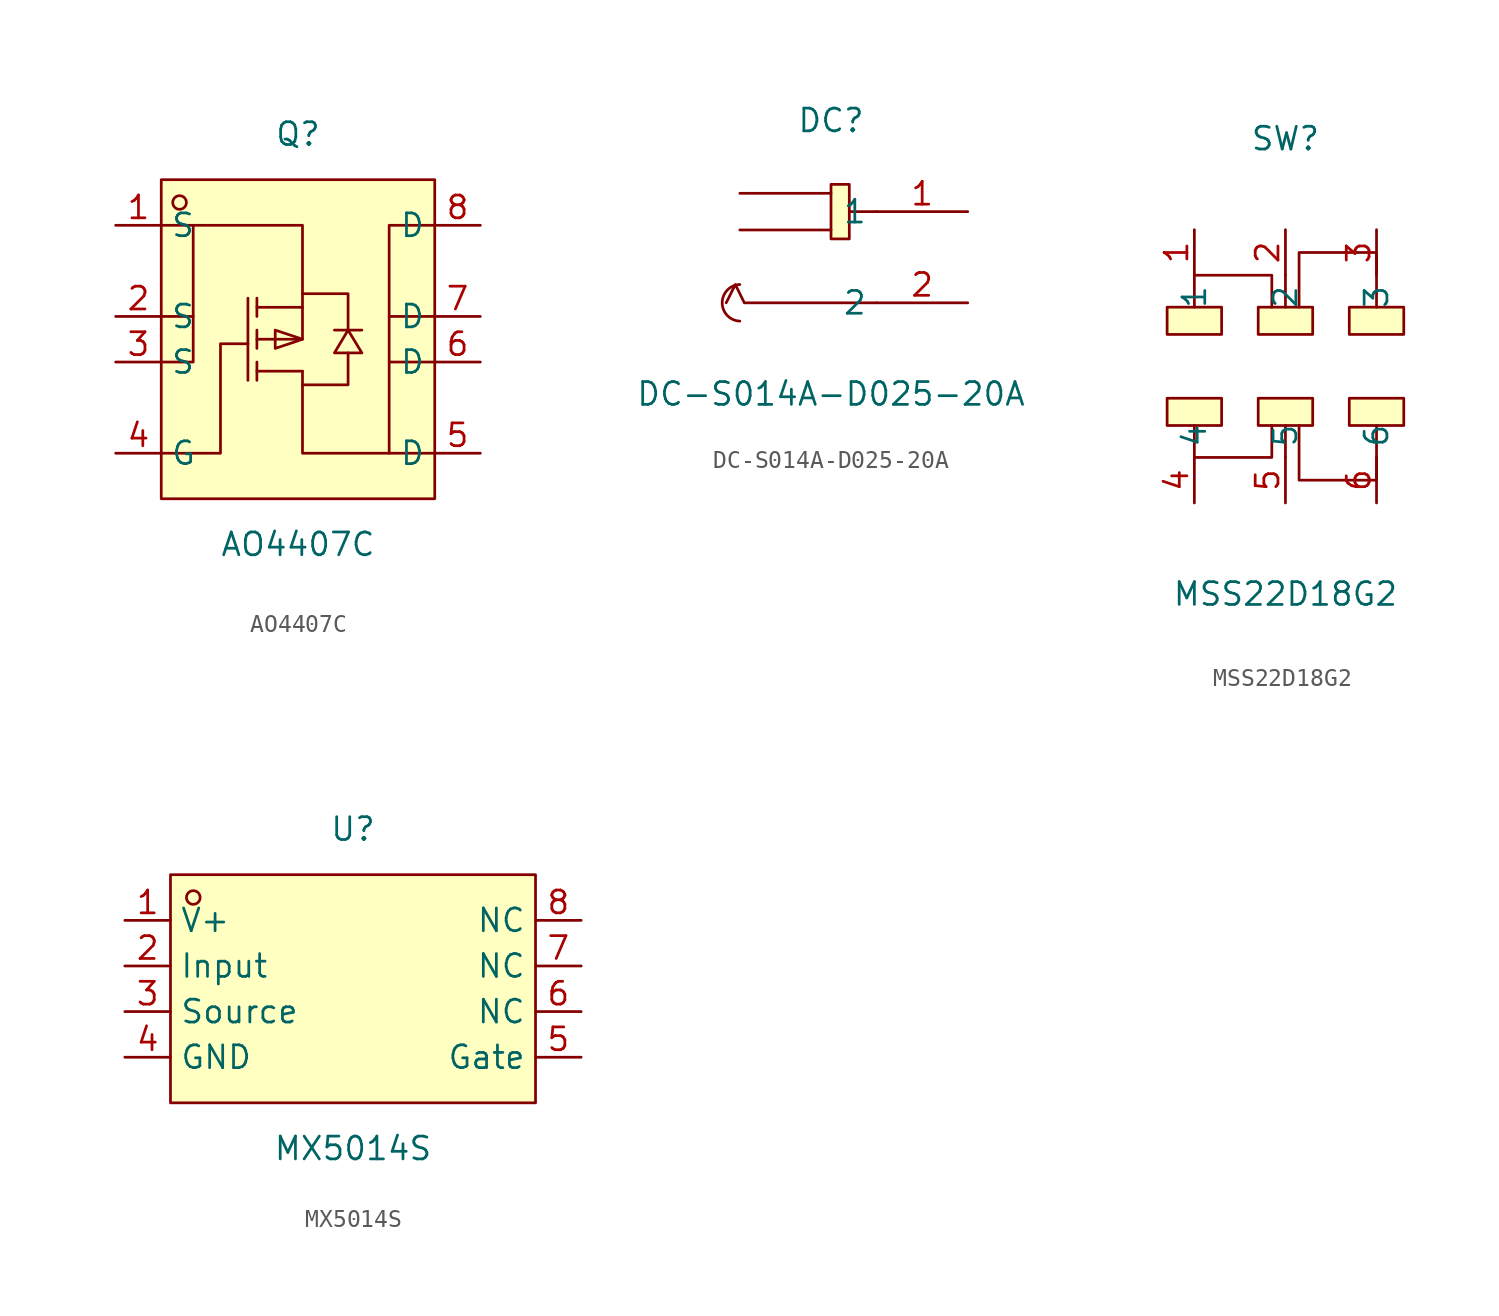
<source format=kicad_sym>
(kicad_symbol_lib
  (version 20211014)
  (generator https://github.com/uPesy/easyeda2kicad.py)
  (symbol "AO4407C"
    (property "Reference" "Q"
      (at 0 10.16 0)
      (effects (font (size 1.27 1.27))))
    (property "Value" "AO4407C"
      (at 0 -12.70 0)
      (effects (font (size 1.27 1.27))))
    (symbol "AO4407C_0_1"
      (rectangle (start -7.62 7.62) (end 7.62 -10.16) (stroke (width 0) (type default) (color 0 0 0 0)) (fill (type background)))
      (circle (center -6.60 6.35) (radius 0.38) (stroke (width 0) (type default) (color 0 0 0 0)) (fill (type none)))
      (polyline (pts (xy 3.56 -0.76) (xy 3.30 -0.76) (xy 2.29 -0.76) (xy 2.03 -0.76)) (stroke (width 0) (type default) (color 0 0 0 0)) (fill (type none)))
      (polyline (pts (xy -2.29 1.02) (xy -2.29 -0.00)) (stroke (width 0) (type default) (color 0 0 0 0)) (fill (type none)))
      (polyline (pts (xy -2.29 -0.76) (xy -2.29 -1.78)) (stroke (width 0) (type default) (color 0 0 0 0)) (fill (type none)))
      (polyline (pts (xy -2.29 -2.54) (xy -2.29 -3.56)) (stroke (width 0) (type default) (color 0 0 0 0)) (fill (type none)))
      (polyline (pts (xy -2.79 -3.56) (xy -2.79 1.02)) (stroke (width 0) (type default) (color 0 0 0 0)) (fill (type none)))
      (polyline (pts (xy 0.25 0.51) (xy -2.29 0.51)) (stroke (width 0) (type default) (color 0 0 0 0)) (fill (type none)))
      (polyline (pts (xy -2.29 -1.27) (xy 0.25 -1.27) (xy 0.25 1.27)) (stroke (width 0) (type default) (color 0 0 0 0)) (fill (type none)))
      (polyline (pts (xy 0.25 -3.05) (xy -2.29 -3.05)) (stroke (width 0) (type default) (color 0 0 0 0)) (fill (type none)))
      (polyline (pts (xy 0.25 -3.05) (xy 0.25 -3.81) (xy 2.79 -3.81) (xy 2.79 -2.03)) (stroke (width 0) (type default) (color 0 0 0 0)) (fill (type none)))
      (polyline (pts (xy 0.25 1.27) (xy 2.79 1.27) (xy 2.79 -0.76)) (stroke (width 0) (type default) (color 0 0 0 0)) (fill (type none)))
      (polyline (pts (xy 0.25 -3.81) (xy 0.25 -7.62) (xy 7.62 -7.62)) (stroke (width 0) (type default) (color 0 0 0 0)) (fill (type none)))
      (polyline (pts (xy 5.08 -7.62) (xy 5.08 5.08) (xy 7.62 5.08)) (stroke (width 0) (type default) (color 0 0 0 0)) (fill (type none)))
      (polyline (pts (xy 7.62 -0.00) (xy 5.08 -0.00)) (stroke (width 0) (type default) (color 0 0 0 0)) (fill (type none)))
      (polyline (pts (xy 7.62 -2.54) (xy 5.08 -2.54)) (stroke (width 0) (type default) (color 0 0 0 0)) (fill (type none)))
      (polyline (pts (xy -2.79 -1.52) (xy -4.32 -1.52) (xy -4.32 -7.62) (xy -7.62 -7.62)) (stroke (width 0) (type default) (color 0 0 0 0)) (fill (type none)))
      (polyline (pts (xy 0.25 1.27) (xy 0.25 5.08) (xy -5.84 5.08) (xy -5.84 -2.54) (xy -7.62 -2.54)) (stroke (width 0) (type default) (color 0 0 0 0)) (fill (type none)))
      (polyline (pts (xy -7.62 -0.00) (xy -5.84 -0.00)) (stroke (width 0) (type default) (color 0 0 0 0)) (fill (type none)))
      (polyline (pts (xy -5.84 5.08) (xy -7.62 5.08)) (stroke (width 0) (type default) (color 0 0 0 0)) (fill (type none)))
      (polyline (pts (xy 2.79 -0.76) (xy 3.56 -2.03) (xy 2.03 -2.03) (xy 2.79 -0.76)) (stroke (width 0) (type default) (color 0 0 0 0)) (fill (type background)))
      (polyline (pts (xy 0.25 -1.27) (xy -1.27 -1.78) (xy -1.27 -0.76) (xy 0.25 -1.27)) (stroke (width 0) (type default) (color 0 0 0 0)) (fill (type background)))
      (pin unspecified line (at 10.16 5.08 180) (length 2.54) (name "D" (effects (font (size 1.27 1.27)))) (number "8" (effects (font (size 1.27 1.27)))))
      (pin unspecified line (at 10.16 -0.00 180) (length 2.54) (name "D" (effects (font (size 1.27 1.27)))) (number "7" (effects (font (size 1.27 1.27)))))
      (pin unspecified line (at 10.16 -2.54 180) (length 2.54) (name "D" (effects (font (size 1.27 1.27)))) (number "6" (effects (font (size 1.27 1.27)))))
      (pin unspecified line (at 10.16 -7.62 180) (length 2.54) (name "D" (effects (font (size 1.27 1.27)))) (number "5" (effects (font (size 1.27 1.27)))))
      (pin unspecified line (at -10.16 -7.62 0) (length 2.54) (name "G" (effects (font (size 1.27 1.27)))) (number "4" (effects (font (size 1.27 1.27)))))
      (pin unspecified line (at -10.16 -2.54 0) (length 2.54) (name "S" (effects (font (size 1.27 1.27)))) (number "3" (effects (font (size 1.27 1.27)))))
      (pin unspecified line (at -10.16 -0.00 0) (length 2.54) (name "S" (effects (font (size 1.27 1.27)))) (number "2" (effects (font (size 1.27 1.27)))))
      (pin unspecified line (at -10.16 5.08 0) (length 2.54) (name "S" (effects (font (size 1.27 1.27)))) (number "1" (effects (font (size 1.27 1.27)))))))
  (symbol "DC-S014A-D025-20A"
    (property "Reference" "DC"
      (at 0 7.62 0)
      (effects (font (size 1.27 1.27))))
    (property "Value" "DC-S014A-D025-20A"
      (at 0 -7.62 0)
      (effects (font (size 1.27 1.27))))
    (symbol "DC-S014A-D025-20A_0_1"
      (rectangle (start 0.00 4.06) (end 1.02 1.02) (stroke (width 0) (type default) (color 0 0 0 0)) (fill (type background)))
      (arc (start -5.08 -1.52) (mid -4.87 -1.55) (end -5.08 -3.56) (stroke (width 0) (type default) (color 0 0 0 0)) (fill (type none)))
      (polyline (pts (xy 2.54 -2.54) (xy -4.83 -2.54) (xy -5.33 -1.52) (xy -5.84 -2.54)) (stroke (width 0) (type default) (color 0 0 0 0)) (fill (type none)))
      (polyline (pts (xy 0.00 1.52) (xy -5.08 1.52)) (stroke (width 0) (type default) (color 0 0 0 0)) (fill (type none)))
      (polyline (pts (xy 0.00 3.56) (xy -5.08 3.56)) (stroke (width 0) (type default) (color 0 0 0 0)) (fill (type none)))
      (polyline (pts (xy 2.54 2.54) (xy 1.02 2.54)) (stroke (width 0) (type default) (color 0 0 0 0)) (fill (type none)))
      (pin unspecified line (at 7.62 -2.54 180) (length 5.08) (name "2" (effects (font (size 1.27 1.27)))) (number "2" (effects (font (size 1.27 1.27)))))
      (pin unspecified line (at 7.62 2.54 180) (length 5.08) (name "1" (effects (font (size 1.27 1.27)))) (number "1" (effects (font (size 1.27 1.27)))))))
  (symbol "MSS22D18G2"
    (property "Reference" "SW"
      (at 0 12.70 0)
      (effects (font (size 1.27 1.27))))
    (property "Value" "MSS22D18G2"
      (at 0 -12.70 0)
      (effects (font (size 1.27 1.27))))
    (symbol "MSS22D18G2_0_1"
      (rectangle (start -6.60 -1.78) (end -3.56 -3.30) (stroke (width 0) (type default) (color 0 0 0 0)) (fill (type background)))
      (rectangle (start -1.52 -1.78) (end 1.52 -3.30) (stroke (width 0) (type default) (color 0 0 0 0)) (fill (type background)))
      (rectangle (start 3.56 -1.78) (end 6.60 -3.30) (stroke (width 0) (type default) (color 0 0 0 0)) (fill (type background)))
      (rectangle (start 3.56 3.30) (end 6.60 1.78) (stroke (width 0) (type default) (color 0 0 0 0)) (fill (type background)))
      (rectangle (start -1.52 3.30) (end 1.52 1.78) (stroke (width 0) (type default) (color 0 0 0 0)) (fill (type background)))
      (rectangle (start -6.60 3.30) (end -3.56 1.78) (stroke (width 0) (type default) (color 0 0 0 0)) (fill (type background)))
      (polyline (pts (xy 0.00 -5.08) (xy 0.00 -3.30)) (stroke (width 0) (type default) (color 0 0 0 0)) (fill (type none)))
      (polyline (pts (xy 0.00 5.08) (xy 0.00 3.30)) (stroke (width 0) (type default) (color 0 0 0 0)) (fill (type none)))
      (polyline (pts (xy -5.08 -3.30) (xy -5.08 -5.08) (xy -0.76 -5.08) (xy -0.76 -3.30)) (stroke (width 0) (type default) (color 0 0 0 0)) (fill (type none)))
      (polyline (pts (xy 0.76 -3.30) (xy 0.76 -6.35) (xy 5.08 -6.35) (xy 5.08 -3.30)) (stroke (width 0) (type default) (color 0 0 0 0)) (fill (type none)))
      (polyline (pts (xy 0.76 3.30) (xy 0.76 6.35) (xy 5.08 6.35) (xy 5.08 3.30)) (stroke (width 0) (type default) (color 0 0 0 0)) (fill (type none)))
      (polyline (pts (xy -5.08 3.30) (xy -5.08 5.08) (xy -0.76 5.08) (xy -0.76 3.30)) (stroke (width 0) (type default) (color 0 0 0 0)) (fill (type none)))
      (pin unspecified line (at 5.08 -7.62 90) (length 2.54) (name "6" (effects (font (size 1.27 1.27)))) (number "6" (effects (font (size 1.27 1.27)))))
      (pin unspecified line (at 0.00 -7.62 90) (length 2.54) (name "5" (effects (font (size 1.27 1.27)))) (number "5" (effects (font (size 1.27 1.27)))))
      (pin unspecified line (at -5.08 -7.62 90) (length 2.54) (name "4" (effects (font (size 1.27 1.27)))) (number "4" (effects (font (size 1.27 1.27)))))
      (pin unspecified line (at 5.08 7.62 270) (length 2.54) (name "3" (effects (font (size 1.27 1.27)))) (number "3" (effects (font (size 1.27 1.27)))))
      (pin unspecified line (at 0.00 7.62 270) (length 2.54) (name "2" (effects (font (size 1.27 1.27)))) (number "2" (effects (font (size 1.27 1.27)))))
      (pin unspecified line (at -5.08 7.62 270) (length 2.54) (name "1" (effects (font (size 1.27 1.27)))) (number "1" (effects (font (size 1.27 1.27)))))))
  (symbol "MX5014S"
    (property "Reference" "U"
      (at 0 8.89 0)
      (effects (font (size 1.27 1.27))))
    (property "Value" "MX5014S"
      (at 0 -8.89 0)
      (effects (font (size 1.27 1.27))))
    (symbol "MX5014S_0_1"
      (rectangle (start -10.16 6.35) (end 10.16 -6.35) (stroke (width 0) (type default) (color 0 0 0 0)) (fill (type background)))
      (circle (center -8.89 5.08) (radius 0.38) (stroke (width 0) (type default) (color 0 0 0 0)) (fill (type none)))
      (pin unspecified line (at -12.70 3.81 0) (length 2.54) (name "V+" (effects (font (size 1.27 1.27)))) (number "1" (effects (font (size 1.27 1.27)))))
      (pin unspecified line (at -12.70 1.27 0) (length 2.54) (name "Input" (effects (font (size 1.27 1.27)))) (number "2" (effects (font (size 1.27 1.27)))))
      (pin unspecified line (at -12.70 -1.27 0) (length 2.54) (name "Source" (effects (font (size 1.27 1.27)))) (number "3" (effects (font (size 1.27 1.27)))))
      (pin unspecified line (at -12.70 -3.81 0) (length 2.54) (name "GND" (effects (font (size 1.27 1.27)))) (number "4" (effects (font (size 1.27 1.27)))))
      (pin unspecified line (at 12.70 -3.81 180) (length 2.54) (name "Gate" (effects (font (size 1.27 1.27)))) (number "5" (effects (font (size 1.27 1.27)))))
      (pin unspecified line (at 12.70 -1.27 180) (length 2.54) (name "NC" (effects (font (size 1.27 1.27)))) (number "6" (effects (font (size 1.27 1.27)))))
      (pin unspecified line (at 12.70 1.27 180) (length 2.54) (name "NC" (effects (font (size 1.27 1.27)))) (number "7" (effects (font (size 1.27 1.27)))))
      (pin unspecified line (at 12.70 3.81 180) (length 2.54) (name "NC" (effects (font (size 1.27 1.27)))) (number "8" (effects (font (size 1.27 1.27))))))))
</source>
